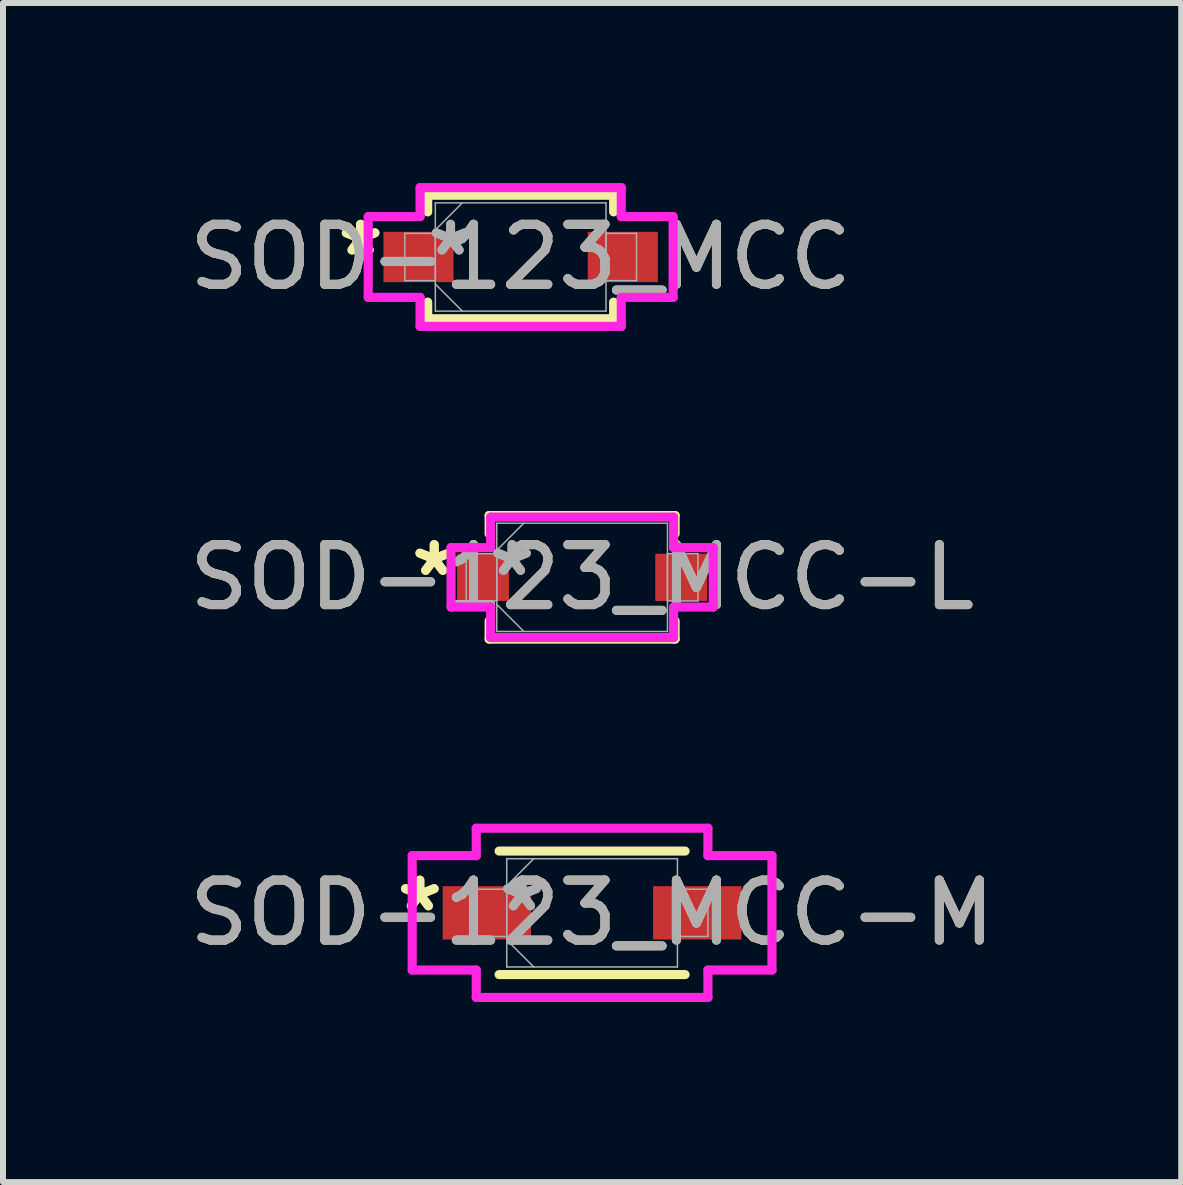
<source format=kicad_pcb>
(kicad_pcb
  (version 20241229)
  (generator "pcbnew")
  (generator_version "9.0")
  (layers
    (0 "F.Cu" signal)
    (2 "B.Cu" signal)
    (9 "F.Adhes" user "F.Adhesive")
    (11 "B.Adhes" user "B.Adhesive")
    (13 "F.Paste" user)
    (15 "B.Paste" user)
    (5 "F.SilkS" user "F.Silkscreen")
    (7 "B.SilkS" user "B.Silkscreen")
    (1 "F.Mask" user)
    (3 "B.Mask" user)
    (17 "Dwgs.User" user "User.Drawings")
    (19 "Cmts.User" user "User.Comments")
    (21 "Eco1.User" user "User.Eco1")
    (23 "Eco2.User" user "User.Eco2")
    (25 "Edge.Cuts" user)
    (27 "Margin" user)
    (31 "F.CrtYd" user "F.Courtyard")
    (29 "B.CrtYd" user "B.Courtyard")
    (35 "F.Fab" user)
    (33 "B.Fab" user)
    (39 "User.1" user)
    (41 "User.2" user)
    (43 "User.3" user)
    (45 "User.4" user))
  (footprint "SOD-123_MCC-M"
    (layer "F.Cu")
    (at 6.815 12.159)
    (property "Reference" "SOD-123_MCC-M" (at 0 0 0) (unlocked yes) (layer "F.SilkS") (effects (font (size 1 1) (thickness 0.15))))
    (attr smd)
    (fp_line (start -1.549 1.029) (end 1.549 1.029) (stroke (width 0.152) (type solid)) (layer "F.SilkS"))
    (fp_line (start 1.549 -1.029) (end -1.549 -1.029) (stroke (width 0.152) (type solid)) (layer "F.SilkS"))
    (fp_line (start -2.997 -0.953) (end -1.93 -0.953) (stroke (width 0.152) (type solid)) (layer "F.CrtYd"))
    (fp_line (start -2.997 0.953) (end -2.997 -0.953) (stroke (width 0.152) (type solid)) (layer "F.CrtYd"))
    (fp_line (start -1.93 -1.41) (end 1.93 -1.41) (stroke (width 0.152) (type solid)) (layer "F.CrtYd"))
    (fp_line (start -1.93 -0.953) (end -1.93 -1.41) (stroke (width 0.152) (type solid)) (layer "F.CrtYd"))
    (fp_line (start -1.93 0.953) (end -2.997 0.953) (stroke (width 0.152) (type solid)) (layer "F.CrtYd"))
    (fp_line (start -1.93 1.41) (end -1.93 0.953) (stroke (width 0.152) (type solid)) (layer "F.CrtYd"))
    (fp_line (start 1.93 -1.41) (end 1.93 -0.953) (stroke (width 0.152) (type solid)) (layer "F.CrtYd"))
    (fp_line (start 1.93 -0.953) (end 2.997 -0.953) (stroke (width 0.152) (type solid)) (layer "F.CrtYd"))
    (fp_line (start 1.93 0.953) (end 1.93 1.41) (stroke (width 0.152) (type solid)) (layer "F.CrtYd"))
    (fp_line (start 1.93 1.41) (end -1.93 1.41) (stroke (width 0.152) (type solid)) (layer "F.CrtYd"))
    (fp_line (start 2.997 -0.953) (end 2.997 0.953) (stroke (width 0.152) (type solid)) (layer "F.CrtYd"))
    (fp_line (start 2.997 0.953) (end 1.93 0.953) (stroke (width 0.152) (type solid)) (layer "F.CrtYd"))
    (fp_line (start -1.93 -0.394) (end -1.93 0.394) (stroke (width 0.025) (type solid)) (layer "F.Fab"))
    (fp_line (start -1.93 0.394) (end -1.422 0.394) (stroke (width 0.025) (type solid)) (layer "F.Fab"))
    (fp_line (start -1.422 -0.902) (end -1.422 0.902) (stroke (width 0.025) (type solid)) (layer "F.Fab"))
    (fp_line (start -1.422 -0.451) (end -0.972 -0.902) (stroke (width 0.025) (type solid)) (layer "F.Fab"))
    (fp_line (start -1.422 -0.394) (end -1.93 -0.394) (stroke (width 0.025) (type solid)) (layer "F.Fab"))
    (fp_line (start -1.422 0.394) (end -1.422 -0.394) (stroke (width 0.025) (type solid)) (layer "F.Fab"))
    (fp_line (start -1.422 0.451) (end -0.972 0.902) (stroke (width 0.025) (type solid)) (layer "F.Fab"))
    (fp_line (start -1.422 0.902) (end 1.422 0.902) (stroke (width 0.025) (type solid)) (layer "F.Fab"))
    (fp_line (start 1.422 -0.902) (end -1.422 -0.902) (stroke (width 0.025) (type solid)) (layer "F.Fab"))
    (fp_line (start 1.422 -0.394) (end 1.422 0.394) (stroke (width 0.025) (type solid)) (layer "F.Fab"))
    (fp_line (start 1.422 0.394) (end 1.93 0.394) (stroke (width 0.025) (type solid)) (layer "F.Fab"))
    (fp_line (start 1.422 0.902) (end 1.422 -0.902) (stroke (width 0.025) (type solid)) (layer "F.Fab"))
    (fp_line (start 1.93 -0.394) (end 1.422 -0.394) (stroke (width 0.025) (type solid)) (layer "F.Fab"))
    (fp_line (start 1.93 0.394) (end 1.93 -0.394) (stroke (width 0.025) (type solid)) (layer "F.Fab"))
    (fp_text user "*" (at -2.87 0 0) (unlocked yes) (layer "F.SilkS") (effects (font (size 1 1) (thickness 0.15))))
    (fp_text user "*" (at -2.87 0 0) (layer "F.SilkS") (effects (font (size 1 1) (thickness 0.15))))
    (fp_text user "*" (at -1.168 0 0) (layer "F.Fab") (effects (font (size 1 1) (thickness 0.15))))
    (fp_text user "${REFERENCE}" (at 0 0 0) (unlocked yes) (layer "F.Fab") (effects (font (size 1 1) (thickness 0.15))))
    (fp_text user "*" (at -1.168 0 0) (unlocked yes) (layer "F.Fab") (effects (font (size 1 1) (thickness 0.15))))
    (pad "1" smd rect (at -1.753 0) (size 1.473 0.889) (layers "F.Cu" "F.Mask" "F.Paste"))
    (pad "2" smd rect (at 1.753 0) (size 1.473 0.889) (layers "F.Cu" "F.Mask" "F.Paste")))
  (footprint "SOD-123_MCC-L"
    (layer "F.Cu")
    (at 6.649 6.569)
    (property "Reference" "SOD-123_MCC-L" (at 0 0 0) (unlocked yes) (layer "F.SilkS") (effects (font (size 1 1) (thickness 0.15))))
    (attr smd)
    (fp_line (start -1.549 -1.029) (end -1.549 -0.726) (stroke (width 0.152) (type solid)) (layer "F.SilkS"))
    (fp_line (start -1.549 0.726) (end -1.549 1.029) (stroke (width 0.152) (type solid)) (layer "F.SilkS"))
    (fp_line (start -1.549 1.029) (end 1.549 1.029) (stroke (width 0.152) (type solid)) (layer "F.SilkS"))
    (fp_line (start 1.549 -1.029) (end -1.549 -1.029) (stroke (width 0.152) (type solid)) (layer "F.SilkS"))
    (fp_line (start 1.549 -0.726) (end 1.549 -1.029) (stroke (width 0.152) (type solid)) (layer "F.SilkS"))
    (fp_line (start 1.549 1.029) (end 1.549 0.726) (stroke (width 0.152) (type solid)) (layer "F.SilkS"))
    (fp_line (start -2.184 -0.495) (end -1.524 -0.495) (stroke (width 0.152) (type solid)) (layer "F.CrtYd"))
    (fp_line (start -2.184 0.495) (end -2.184 -0.495) (stroke (width 0.152) (type solid)) (layer "F.CrtYd"))
    (fp_line (start -1.524 -1.003) (end 1.524 -1.003) (stroke (width 0.152) (type solid)) (layer "F.CrtYd"))
    (fp_line (start -1.524 -0.495) (end -1.524 -1.003) (stroke (width 0.152) (type solid)) (layer "F.CrtYd"))
    (fp_line (start -1.524 0.495) (end -2.184 0.495) (stroke (width 0.152) (type solid)) (layer "F.CrtYd"))
    (fp_line (start -1.524 1.003) (end -1.524 0.495) (stroke (width 0.152) (type solid)) (layer "F.CrtYd"))
    (fp_line (start 1.524 -1.003) (end 1.524 -0.495) (stroke (width 0.152) (type solid)) (layer "F.CrtYd"))
    (fp_line (start 1.524 -0.495) (end 2.184 -0.495) (stroke (width 0.152) (type solid)) (layer "F.CrtYd"))
    (fp_line (start 1.524 0.495) (end 1.524 1.003) (stroke (width 0.152) (type solid)) (layer "F.CrtYd"))
    (fp_line (start 1.524 1.003) (end -1.524 1.003) (stroke (width 0.152) (type solid)) (layer "F.CrtYd"))
    (fp_line (start 2.184 -0.495) (end 2.184 0.495) (stroke (width 0.152) (type solid)) (layer "F.CrtYd"))
    (fp_line (start 2.184 0.495) (end 1.524 0.495) (stroke (width 0.152) (type solid)) (layer "F.CrtYd"))
    (fp_line (start -1.93 -0.394) (end -1.93 0.394) (stroke (width 0.025) (type solid)) (layer "F.Fab"))
    (fp_line (start -1.93 0.394) (end -1.422 0.394) (stroke (width 0.025) (type solid)) (layer "F.Fab"))
    (fp_line (start -1.422 -0.902) (end -1.422 0.902) (stroke (width 0.025) (type solid)) (layer "F.Fab"))
    (fp_line (start -1.422 -0.451) (end -0.972 -0.902) (stroke (width 0.025) (type solid)) (layer "F.Fab"))
    (fp_line (start -1.422 -0.394) (end -1.93 -0.394) (stroke (width 0.025) (type solid)) (layer "F.Fab"))
    (fp_line (start -1.422 0.394) (end -1.422 -0.394) (stroke (width 0.025) (type solid)) (layer "F.Fab"))
    (fp_line (start -1.422 0.451) (end -0.972 0.902) (stroke (width 0.025) (type solid)) (layer "F.Fab"))
    (fp_line (start -1.422 0.902) (end 1.422 0.902) (stroke (width 0.025) (type solid)) (layer "F.Fab"))
    (fp_line (start 1.422 -0.902) (end -1.422 -0.902) (stroke (width 0.025) (type solid)) (layer "F.Fab"))
    (fp_line (start 1.422 -0.394) (end 1.422 0.394) (stroke (width 0.025) (type solid)) (layer "F.Fab"))
    (fp_line (start 1.422 0.394) (end 1.93 0.394) (stroke (width 0.025) (type solid)) (layer "F.Fab"))
    (fp_line (start 1.422 0.902) (end 1.422 -0.902) (stroke (width 0.025) (type solid)) (layer "F.Fab"))
    (fp_line (start 1.93 -0.394) (end 1.422 -0.394) (stroke (width 0.025) (type solid)) (layer "F.Fab"))
    (fp_line (start 1.93 0.394) (end 1.93 -0.394) (stroke (width 0.025) (type solid)) (layer "F.Fab"))
    (fp_text user "*" (at -2.464 0 0) (unlocked yes) (layer "F.SilkS") (effects (font (size 1 1) (thickness 0.15))))
    (fp_text user "*" (at -2.464 0 0) (layer "F.SilkS") (effects (font (size 1 1) (thickness 0.15))))
    (fp_text user "${REFERENCE}" (at 0 0 0) (unlocked yes) (layer "F.Fab") (effects (font (size 1 1) (thickness 0.15))))
    (fp_text user "*" (at -1.168 0 0) (unlocked yes) (layer "F.Fab") (effects (font (size 1 1) (thickness 0.15))))
    (fp_text user "*" (at -1.168 0 0) (layer "F.Fab") (effects (font (size 1 1) (thickness 0.15))))
    (pad "1" smd rect (at -1.651 0) (size 0.864 0.787) (layers "F.Cu" "F.Mask" "F.Paste"))
    (pad "2" smd rect (at 1.651 0) (size 0.864 0.787) (layers "F.Cu" "F.Mask" "F.Paste")))
  (footprint "SOD-123_MCC"
    (layer "F.Cu")
    (at 5.625 1.232)
    (property "Reference" "SOD-123_MCC" (at 0 0 0) (unlocked yes) (layer "F.SilkS") (effects (font (size 1 1) (thickness 0.15))))
    (attr smd)
    (fp_line (start -1.549 -1.029) (end -1.549 -0.752) (stroke (width 0.152) (type solid)) (layer "F.SilkS"))
    (fp_line (start -1.549 0.752) (end -1.549 1.029) (stroke (width 0.152) (type solid)) (layer "F.SilkS"))
    (fp_line (start -1.549 1.029) (end 1.549 1.029) (stroke (width 0.152) (type solid)) (layer "F.SilkS"))
    (fp_line (start 1.549 -1.029) (end -1.549 -1.029) (stroke (width 0.152) (type solid)) (layer "F.SilkS"))
    (fp_line (start 1.549 -0.752) (end 1.549 -1.029) (stroke (width 0.152) (type solid)) (layer "F.SilkS"))
    (fp_line (start 1.549 1.029) (end 1.549 0.752) (stroke (width 0.152) (type solid)) (layer "F.SilkS"))
    (fp_line (start -2.54 -0.673) (end -1.676 -0.673) (stroke (width 0.152) (type solid)) (layer "F.CrtYd"))
    (fp_line (start -2.54 0.673) (end -2.54 -0.673) (stroke (width 0.152) (type solid)) (layer "F.CrtYd"))
    (fp_line (start -1.676 -1.156) (end 1.676 -1.156) (stroke (width 0.152) (type solid)) (layer "F.CrtYd"))
    (fp_line (start -1.676 -0.673) (end -1.676 -1.156) (stroke (width 0.152) (type solid)) (layer "F.CrtYd"))
    (fp_line (start -1.676 0.673) (end -2.54 0.673) (stroke (width 0.152) (type solid)) (layer "F.CrtYd"))
    (fp_line (start -1.676 1.156) (end -1.676 0.673) (stroke (width 0.152) (type solid)) (layer "F.CrtYd"))
    (fp_line (start 1.676 -1.156) (end 1.676 -0.673) (stroke (width 0.152) (type solid)) (layer "F.CrtYd"))
    (fp_line (start 1.676 -0.673) (end 2.54 -0.673) (stroke (width 0.152) (type solid)) (layer "F.CrtYd"))
    (fp_line (start 1.676 0.673) (end 1.676 1.156) (stroke (width 0.152) (type solid)) (layer "F.CrtYd"))
    (fp_line (start 1.676 1.156) (end -1.676 1.156) (stroke (width 0.152) (type solid)) (layer "F.CrtYd"))
    (fp_line (start 2.54 -0.673) (end 2.54 0.673) (stroke (width 0.152) (type solid)) (layer "F.CrtYd"))
    (fp_line (start 2.54 0.673) (end 1.676 0.673) (stroke (width 0.152) (type solid)) (layer "F.CrtYd"))
    (fp_line (start -1.93 -0.394) (end -1.93 0.394) (stroke (width 0.025) (type solid)) (layer "F.Fab"))
    (fp_line (start -1.93 0.394) (end -1.422 0.394) (stroke (width 0.025) (type solid)) (layer "F.Fab"))
    (fp_line (start -1.422 -0.902) (end -1.422 0.902) (stroke (width 0.025) (type solid)) (layer "F.Fab"))
    (fp_line (start -1.422 -0.451) (end -0.972 -0.902) (stroke (width 0.025) (type solid)) (layer "F.Fab"))
    (fp_line (start -1.422 -0.394) (end -1.93 -0.394) (stroke (width 0.025) (type solid)) (layer "F.Fab"))
    (fp_line (start -1.422 0.394) (end -1.422 -0.394) (stroke (width 0.025) (type solid)) (layer "F.Fab"))
    (fp_line (start -1.422 0.451) (end -0.972 0.902) (stroke (width 0.025) (type solid)) (layer "F.Fab"))
    (fp_line (start -1.422 0.902) (end 1.422 0.902) (stroke (width 0.025) (type solid)) (layer "F.Fab"))
    (fp_line (start 1.422 -0.902) (end -1.422 -0.902) (stroke (width 0.025) (type solid)) (layer "F.Fab"))
    (fp_line (start 1.422 -0.394) (end 1.422 0.394) (stroke (width 0.025) (type solid)) (layer "F.Fab"))
    (fp_line (start 1.422 0.394) (end 1.93 0.394) (stroke (width 0.025) (type solid)) (layer "F.Fab"))
    (fp_line (start 1.422 0.902) (end 1.422 -0.902) (stroke (width 0.025) (type solid)) (layer "F.Fab"))
    (fp_line (start 1.93 -0.394) (end 1.422 -0.394) (stroke (width 0.025) (type solid)) (layer "F.Fab"))
    (fp_line (start 1.93 0.394) (end 1.93 -0.394) (stroke (width 0.025) (type solid)) (layer "F.Fab"))
    (fp_text user "*" (at -2.667 0 0) (layer "F.SilkS") (effects (font (size 1 1) (thickness 0.15))))
    (fp_text user "*" (at -2.667 0 0) (unlocked yes) (layer "F.SilkS") (effects (font (size 1 1) (thickness 0.15))))
    (fp_text user "*" (at -1.168 0 0) (unlocked yes) (layer "F.Fab") (effects (font (size 1 1) (thickness 0.15))))
    (fp_text user "${REFERENCE}" (at 0 0 0) (unlocked yes) (layer "F.Fab") (effects (font (size 1 1) (thickness 0.15))))
    (fp_text user "*" (at -1.168 0 0) (layer "F.Fab") (effects (font (size 1 1) (thickness 0.15))))
    (pad "1" smd rect (at -1.702 0) (size 1.168 0.838) (layers "F.Cu" "F.Mask" "F.Paste"))
    (pad "2" smd rect (at 1.702 0) (size 1.168 0.838) (layers "F.Cu" "F.Mask" "F.Paste")))
  (gr_rect
    (start -3 -3)
    (end 16.631 16.645)
    (stroke (width 0.1) (type default))
    (fill no)
    (layer "Edge.Cuts")))
</source>
